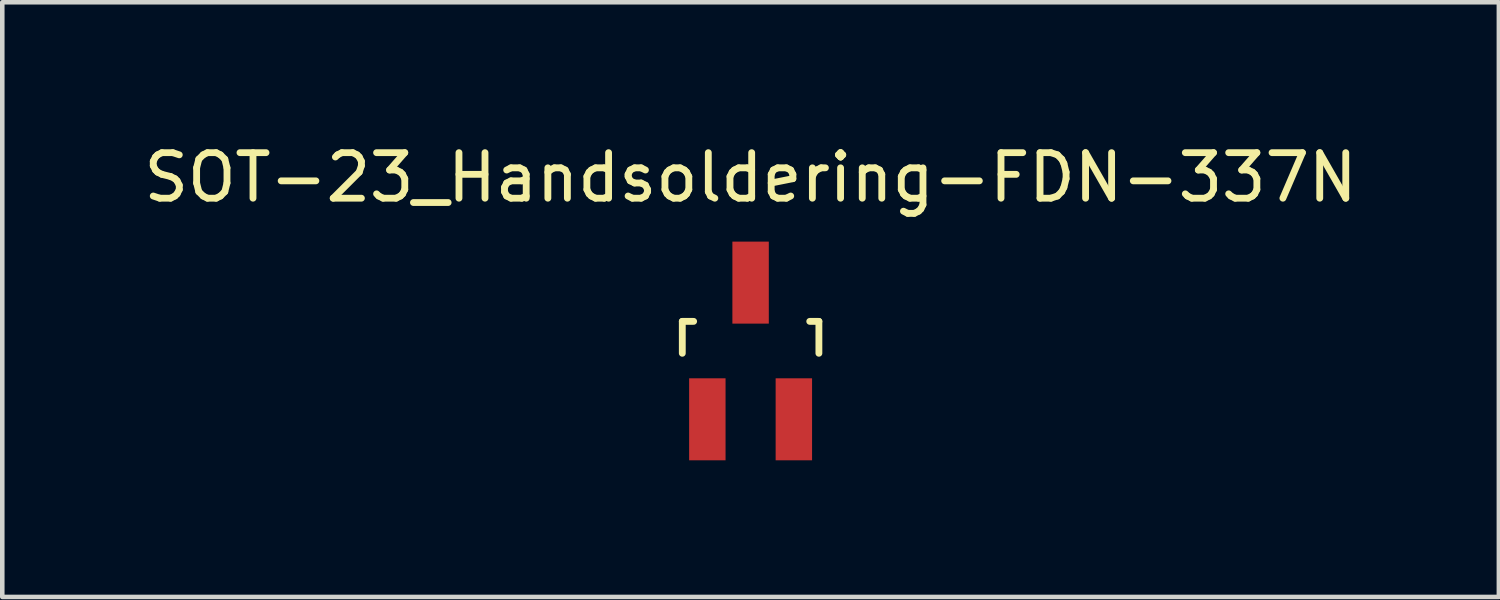
<source format=kicad_pcb>
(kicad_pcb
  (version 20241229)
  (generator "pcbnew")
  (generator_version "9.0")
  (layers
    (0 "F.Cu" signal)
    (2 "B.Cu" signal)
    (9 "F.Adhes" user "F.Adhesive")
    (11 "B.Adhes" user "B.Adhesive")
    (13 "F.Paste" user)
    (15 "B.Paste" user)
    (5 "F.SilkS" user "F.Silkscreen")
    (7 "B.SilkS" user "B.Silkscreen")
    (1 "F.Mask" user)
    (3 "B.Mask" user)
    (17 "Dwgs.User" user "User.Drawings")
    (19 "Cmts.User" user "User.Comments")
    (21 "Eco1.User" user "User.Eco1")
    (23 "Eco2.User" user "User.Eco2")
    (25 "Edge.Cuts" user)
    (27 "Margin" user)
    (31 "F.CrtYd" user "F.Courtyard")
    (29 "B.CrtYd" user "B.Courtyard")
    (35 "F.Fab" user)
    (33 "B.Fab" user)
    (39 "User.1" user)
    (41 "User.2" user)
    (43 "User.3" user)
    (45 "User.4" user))
  (footprint "SOT-23_Handsoldering-FDN-337N"
    (layer "F.Cu")
    (at 13.435 4.658)
    (property "Reference" "SOT-23_Handsoldering-FDN-337N" (at 0 -3.81 0) (layer "F.SilkS") (effects (font (size 1 1) (thickness 0.15))))
    (attr smd)
    (fp_line (start -1.5 -0.65) (end -1.251 -0.65) (stroke (width 0.15) (type solid)) (layer "F.SilkS"))
    (fp_line (start -1.5 0.051) (end -1.5 -0.65) (stroke (width 0.15) (type solid)) (layer "F.SilkS"))
    (fp_line (start 1.299 -0.65) (end 1.5 -0.65) (stroke (width 0.15) (type solid)) (layer "F.SilkS"))
    (fp_line (start 1.5 -0.65) (end 1.5 0.051) (stroke (width 0.15) (type solid)) (layer "F.SilkS"))
    (pad "1" smd rect (at 0 -1.501) (size 0.8 1.801) (layers "F.Cu" "F.Mask" "F.Paste"))
    (pad "2" smd rect (at -0.95 1.501) (size 0.8 1.801) (layers "F.Cu" "F.Mask" "F.Paste"))
    (pad "3" smd rect (at 0.95 1.501) (size 0.8 1.801) (layers "F.Cu" "F.Mask" "F.Paste")))
  (gr_rect
    (start -3 -3)
    (end 29.869 10.06)
    (stroke (width 0.1) (type default))
    (fill no)
    (layer "Edge.Cuts")))
</source>
